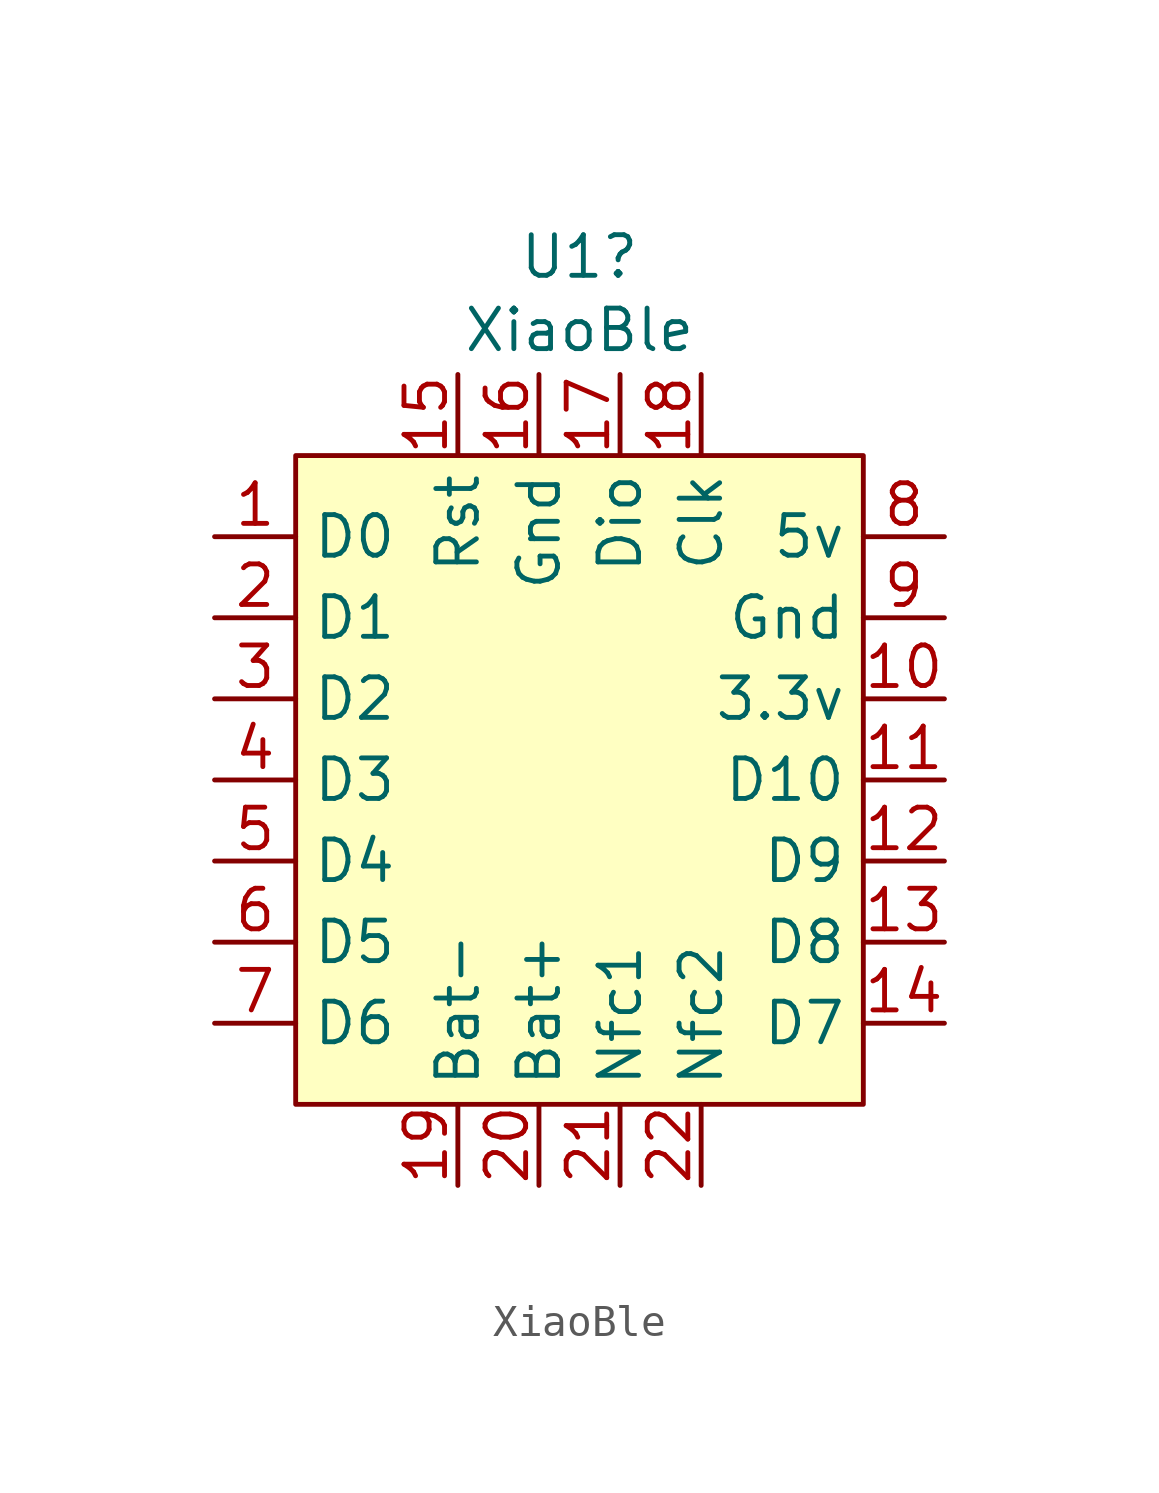
<source format=kicad_sym>
(kicad_symbol_lib
  (version 20231120)
  (generator "kicad_symbol_editor")
  (generator_version "8.0")
  (symbol "XiaoBle"
    (property "Reference" "U1"
      (at 8.89 6.227 0)
      (effects (font (size 1.27 1.27))))
    (property "Value" "XiaoBle"
      (at 8.89 3.929 0)
      (effects (font (size 1.27 1.27))))
    (symbol "XiaoBle_0_1"
      (rectangle (start 0 0) (end 17.78 -20.32) (stroke (width 0.152) (type default)) (fill (type background))))
    (symbol "XiaoBle_1_1"
      (pin bidirectional line (at -2.54 -2.54 0) (length 2.54) (name "D0" (effects (font (size 1.27 1.27)))) (number "1" (effects (font (size 1.27 1.27)))))
      (pin power_in line (at 20.32 -7.62 180) (length 2.54) (name "3.3v" (effects (font (size 1.27 1.27)))) (number "10" (effects (font (size 1.27 1.27)))))
      (pin bidirectional line (at 20.32 -10.16 180) (length 2.54) (name "D10" (effects (font (size 1.27 1.27)))) (number "11" (effects (font (size 1.27 1.27)))))
      (pin bidirectional line (at 20.32 -12.7 180) (length 2.54) (name "D9" (effects (font (size 1.27 1.27)))) (number "12" (effects (font (size 1.27 1.27)))))
      (pin bidirectional line (at 20.32 -15.24 180) (length 2.54) (name "D8" (effects (font (size 1.27 1.27)))) (number "13" (effects (font (size 1.27 1.27)))))
      (pin bidirectional line (at 20.32 -17.78 180) (length 2.54) (name "D7" (effects (font (size 1.27 1.27)))) (number "14" (effects (font (size 1.27 1.27)))))
      (pin input line (at 5.08 2.54 270) (length 2.54) (name "Rst" (effects (font (size 1.27 1.27)))) (number "15" (effects (font (size 1.27 1.27)))))
      (pin power_in line (at 7.62 2.54 270) (length 2.54) (name "Gnd" (effects (font (size 1.27 1.27)))) (number "16" (effects (font (size 1.27 1.27)))))
      (pin unspecified line (at 10.16 2.54 270) (length 2.54) (name "Dio" (effects (font (size 1.27 1.27)))) (number "17" (effects (font (size 1.27 1.27)))))
      (pin unspecified line (at 12.7 2.54 270) (length 2.54) (name "Clk" (effects (font (size 1.27 1.27)))) (number "18" (effects (font (size 1.27 1.27)))))
      (pin power_in line (at 5.08 -22.86 90) (length 2.54) (name "Bat-" (effects (font (size 1.27 1.27)))) (number "19" (effects (font (size 1.27 1.27)))))
      (pin bidirectional line (at -2.54 -5.08 0) (length 2.54) (name "D1" (effects (font (size 1.27 1.27)))) (number "2" (effects (font (size 1.27 1.27)))))
      (pin power_in line (at 7.62 -22.86 90) (length 2.54) (name "Bat+" (effects (font (size 1.27 1.27)))) (number "20" (effects (font (size 1.27 1.27)))))
      (pin unspecified line (at 10.16 -22.86 90) (length 2.54) (name "Nfc1" (effects (font (size 1.27 1.27)))) (number "21" (effects (font (size 1.27 1.27)))))
      (pin unspecified line (at 12.7 -22.86 90) (length 2.54) (name "Nfc2" (effects (font (size 1.27 1.27)))) (number "22" (effects (font (size 1.27 1.27)))))
      (pin bidirectional line (at -2.54 -7.62 0) (length 2.54) (name "D2" (effects (font (size 1.27 1.27)))) (number "3" (effects (font (size 1.27 1.27)))))
      (pin bidirectional line (at -2.54 -10.16 0) (length 2.54) (name "D3" (effects (font (size 1.27 1.27)))) (number "4" (effects (font (size 1.27 1.27)))))
      (pin bidirectional line (at -2.54 -12.7 0) (length 2.54) (name "D4" (effects (font (size 1.27 1.27)))) (number "5" (effects (font (size 1.27 1.27)))))
      (pin bidirectional line (at -2.54 -15.24 0) (length 2.54) (name "D5" (effects (font (size 1.27 1.27)))) (number "6" (effects (font (size 1.27 1.27)))))
      (pin bidirectional line (at -2.54 -17.78 0) (length 2.54) (name "D6" (effects (font (size 1.27 1.27)))) (number "7" (effects (font (size 1.27 1.27)))))
      (pin power_in line (at 20.32 -2.54 180) (length 2.54) (name "5v" (effects (font (size 1.27 1.27)))) (number "8" (effects (font (size 1.27 1.27)))))
      (pin power_in line (at 20.32 -5.08 180) (length 2.54) (name "Gnd" (effects (font (size 1.27 1.27)))) (number "9" (effects (font (size 1.27 1.27))))))))
</source>
